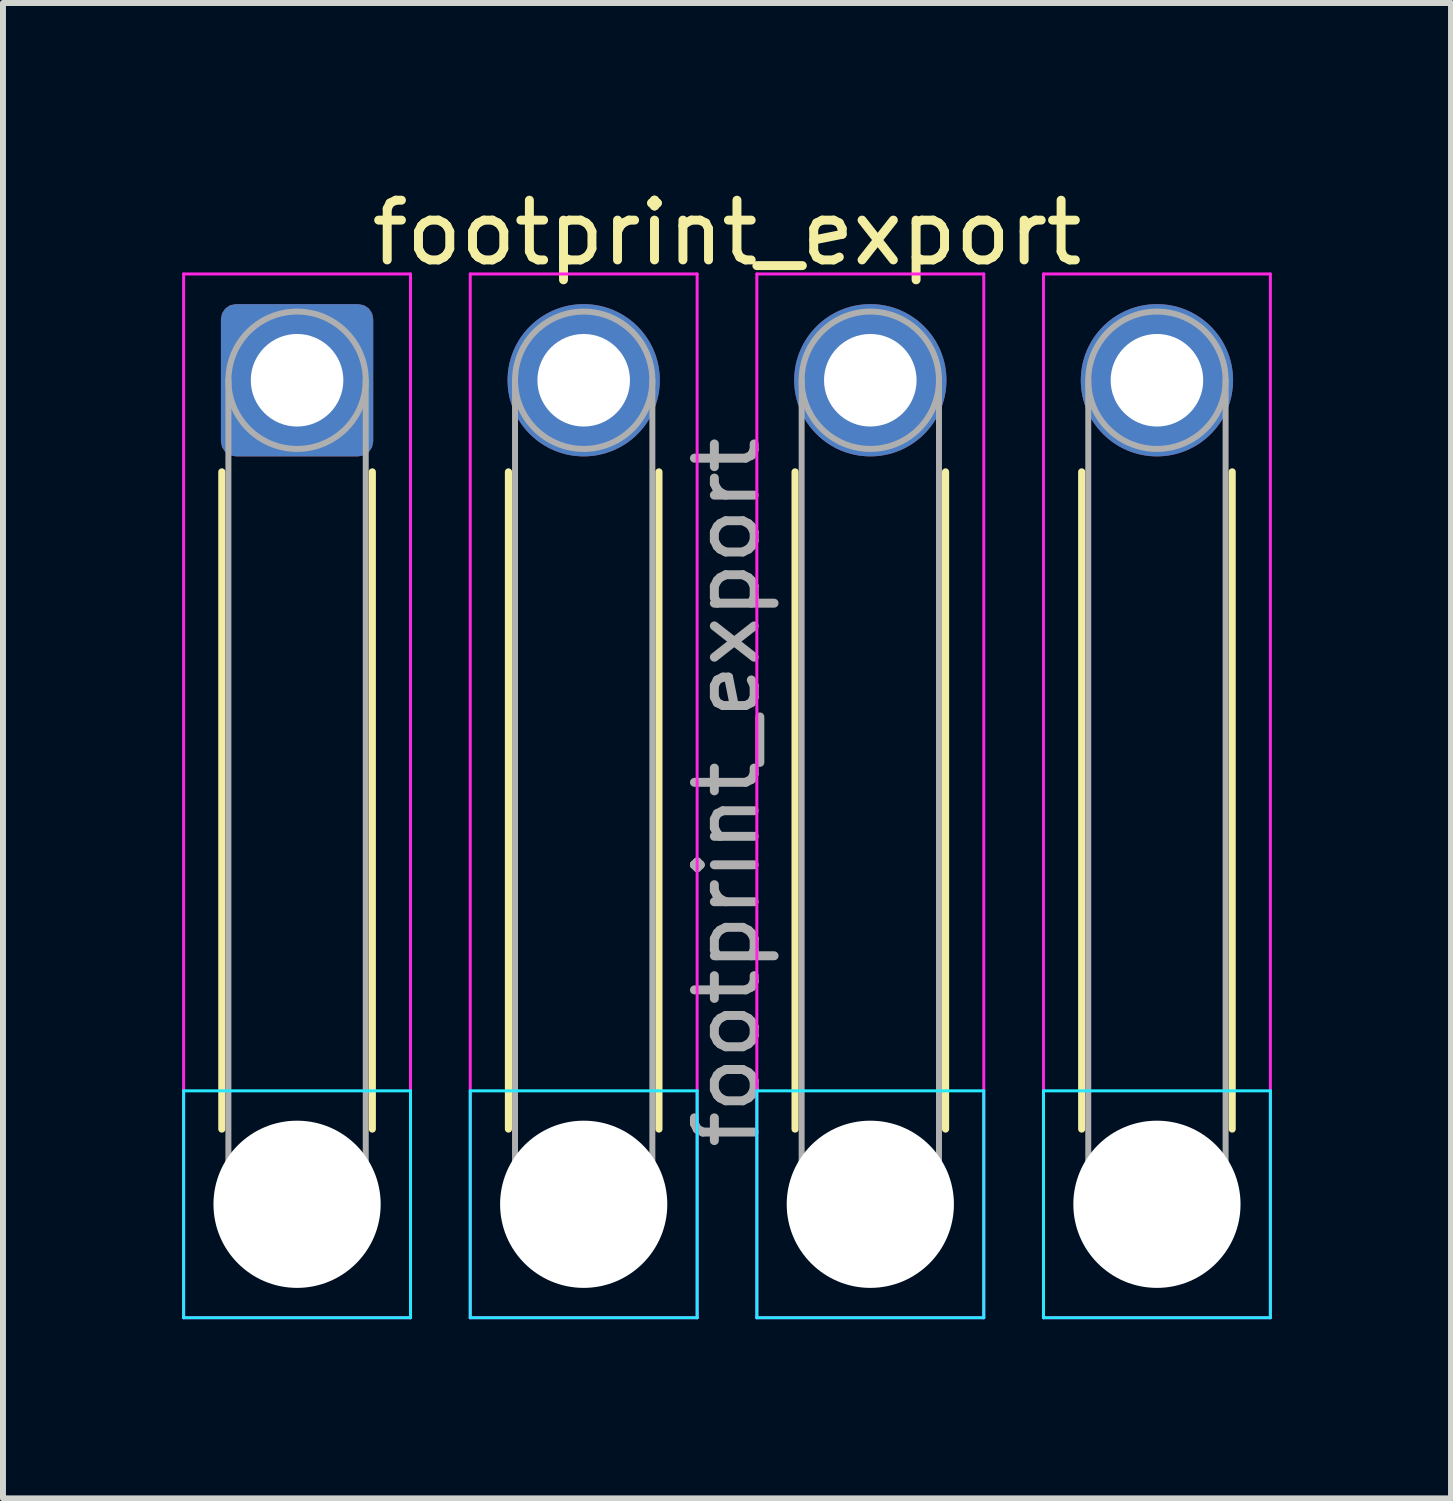
<source format=kicad_pcb>
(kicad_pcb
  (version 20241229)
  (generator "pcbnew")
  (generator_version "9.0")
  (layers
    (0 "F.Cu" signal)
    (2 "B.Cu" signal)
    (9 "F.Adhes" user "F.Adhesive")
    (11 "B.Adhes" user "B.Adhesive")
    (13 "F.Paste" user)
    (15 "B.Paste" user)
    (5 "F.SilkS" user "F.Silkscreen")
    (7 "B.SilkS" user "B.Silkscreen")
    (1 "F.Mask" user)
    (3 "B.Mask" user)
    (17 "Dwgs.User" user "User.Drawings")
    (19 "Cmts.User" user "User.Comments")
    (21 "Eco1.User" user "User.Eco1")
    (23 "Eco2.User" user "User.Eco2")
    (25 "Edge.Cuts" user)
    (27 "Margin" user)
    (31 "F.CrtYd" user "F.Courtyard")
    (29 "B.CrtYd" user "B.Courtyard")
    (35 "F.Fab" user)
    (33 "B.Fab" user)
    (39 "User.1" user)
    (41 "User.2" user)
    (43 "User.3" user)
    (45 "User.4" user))
  (footprint "footprint_export"
    (layer "F.Cu")
    (at 1.925 3.318)
    (property "Reference" "footprint_export" (at 7.2 -2.47 0) (layer "F.SilkS") (effects (font (size 1 1) (thickness 0.15))))
    (attr exclude_from_pos_files exclude_from_bom)
    (fp_line (start -1.26 1.535) (end -1.26 12.54) (stroke (width 0.12) (type solid)) (layer "F.SilkS"))
    (fp_line (start 1.26 1.535) (end 1.26 12.54) (stroke (width 0.12) (type solid)) (layer "F.SilkS"))
    (fp_line (start 3.54 1.535) (end 3.54 12.54) (stroke (width 0.12) (type solid)) (layer "F.SilkS"))
    (fp_line (start 6.06 1.535) (end 6.06 12.54) (stroke (width 0.12) (type solid)) (layer "F.SilkS"))
    (fp_line (start 8.34 1.535) (end 8.34 12.54) (stroke (width 0.12) (type solid)) (layer "F.SilkS"))
    (fp_line (start 10.86 1.535) (end 10.86 12.54) (stroke (width 0.12) (type solid)) (layer "F.SilkS"))
    (fp_line (start 13.14 1.535) (end 13.14 12.54) (stroke (width 0.12) (type solid)) (layer "F.SilkS"))
    (fp_line (start 15.66 1.535) (end 15.66 12.54) (stroke (width 0.12) (type solid)) (layer "F.SilkS"))
    (fp_line (start -1.9 11.9) (end -1.9 15.7) (stroke (width 0.05) (type solid)) (layer "B.CrtYd"))
    (fp_line (start -1.9 15.7) (end 1.9 15.7) (stroke (width 0.05) (type solid)) (layer "B.CrtYd"))
    (fp_line (start 1.9 11.9) (end -1.9 11.9) (stroke (width 0.05) (type solid)) (layer "B.CrtYd"))
    (fp_line (start 1.9 15.7) (end 1.9 11.9) (stroke (width 0.05) (type solid)) (layer "B.CrtYd"))
    (fp_line (start 2.9 11.9) (end 2.9 15.7) (stroke (width 0.05) (type solid)) (layer "B.CrtYd"))
    (fp_line (start 2.9 15.7) (end 6.7 15.7) (stroke (width 0.05) (type solid)) (layer "B.CrtYd"))
    (fp_line (start 6.7 11.9) (end 2.9 11.9) (stroke (width 0.05) (type solid)) (layer "B.CrtYd"))
    (fp_line (start 6.7 15.7) (end 6.7 11.9) (stroke (width 0.05) (type solid)) (layer "B.CrtYd"))
    (fp_line (start 7.7 11.9) (end 7.7 15.7) (stroke (width 0.05) (type solid)) (layer "B.CrtYd"))
    (fp_line (start 7.7 15.7) (end 11.5 15.7) (stroke (width 0.05) (type solid)) (layer "B.CrtYd"))
    (fp_line (start 11.5 11.9) (end 7.7 11.9) (stroke (width 0.05) (type solid)) (layer "B.CrtYd"))
    (fp_line (start 11.5 15.7) (end 11.5 11.9) (stroke (width 0.05) (type solid)) (layer "B.CrtYd"))
    (fp_line (start 12.5 11.9) (end 12.5 15.7) (stroke (width 0.05) (type solid)) (layer "B.CrtYd"))
    (fp_line (start 12.5 15.7) (end 16.3 15.7) (stroke (width 0.05) (type solid)) (layer "B.CrtYd"))
    (fp_line (start 16.3 11.9) (end 12.5 11.9) (stroke (width 0.05) (type solid)) (layer "B.CrtYd"))
    (fp_line (start 16.3 15.7) (end 16.3 11.9) (stroke (width 0.05) (type solid)) (layer "B.CrtYd"))
    (fp_line (start -1.9 -1.78) (end -1.9 15.7) (stroke (width 0.05) (type solid)) (layer "F.CrtYd"))
    (fp_line (start -1.9 15.7) (end 1.9 15.7) (stroke (width 0.05) (type solid)) (layer "F.CrtYd"))
    (fp_line (start 1.9 -1.78) (end -1.9 -1.78) (stroke (width 0.05) (type solid)) (layer "F.CrtYd"))
    (fp_line (start 1.9 15.7) (end 1.9 -1.78) (stroke (width 0.05) (type solid)) (layer "F.CrtYd"))
    (fp_line (start 2.9 -1.78) (end 2.9 15.7) (stroke (width 0.05) (type solid)) (layer "F.CrtYd"))
    (fp_line (start 2.9 15.7) (end 6.7 15.7) (stroke (width 0.05) (type solid)) (layer "F.CrtYd"))
    (fp_line (start 6.7 -1.78) (end 2.9 -1.78) (stroke (width 0.05) (type solid)) (layer "F.CrtYd"))
    (fp_line (start 6.7 15.7) (end 6.7 -1.78) (stroke (width 0.05) (type solid)) (layer "F.CrtYd"))
    (fp_line (start 7.7 -1.78) (end 7.7 15.7) (stroke (width 0.05) (type solid)) (layer "F.CrtYd"))
    (fp_line (start 7.7 15.7) (end 11.5 15.7) (stroke (width 0.05) (type solid)) (layer "F.CrtYd"))
    (fp_line (start 11.5 -1.78) (end 7.7 -1.78) (stroke (width 0.05) (type solid)) (layer "F.CrtYd"))
    (fp_line (start 11.5 15.7) (end 11.5 -1.78) (stroke (width 0.05) (type solid)) (layer "F.CrtYd"))
    (fp_line (start 12.5 -1.78) (end 12.5 15.7) (stroke (width 0.05) (type solid)) (layer "F.CrtYd"))
    (fp_line (start 12.5 15.7) (end 16.3 15.7) (stroke (width 0.05) (type solid)) (layer "F.CrtYd"))
    (fp_line (start 16.3 -1.78) (end 12.5 -1.78) (stroke (width 0.05) (type solid)) (layer "F.CrtYd"))
    (fp_line (start 16.3 15.7) (end 16.3 -1.78) (stroke (width 0.05) (type solid)) (layer "F.CrtYd"))
    (fp_line (start -1.15 0) (end -1.15 13.8) (stroke (width 0.1) (type solid)) (layer "F.Fab"))
    (fp_line (start 1.15 0) (end 1.15 13.8) (stroke (width 0.1) (type solid)) (layer "F.Fab"))
    (fp_line (start 3.65 0) (end 3.65 13.8) (stroke (width 0.1) (type solid)) (layer "F.Fab"))
    (fp_line (start 5.95 0) (end 5.95 13.8) (stroke (width 0.1) (type solid)) (layer "F.Fab"))
    (fp_line (start 8.45 0) (end 8.45 13.8) (stroke (width 0.1) (type solid)) (layer "F.Fab"))
    (fp_line (start 10.75 0) (end 10.75 13.8) (stroke (width 0.1) (type solid)) (layer "F.Fab"))
    (fp_line (start 13.25 0) (end 13.25 13.8) (stroke (width 0.1) (type solid)) (layer "F.Fab"))
    (fp_line (start 15.55 0) (end 15.55 13.8) (stroke (width 0.1) (type solid)) (layer "F.Fab"))
    (fp_circle (center 0 0) (end 1.15 0) (stroke (width 0.1) (type solid)) (fill no) (layer "F.Fab"))
    (fp_circle (center 0 13.8) (end 1.15 13.8) (stroke (width 0.1) (type solid)) (fill no) (layer "F.Fab"))
    (fp_circle (center 4.8 0) (end 5.95 0) (stroke (width 0.1) (type solid)) (fill no) (layer "F.Fab"))
    (fp_circle (center 4.8 13.8) (end 5.95 13.8) (stroke (width 0.1) (type solid)) (fill no) (layer "F.Fab"))
    (fp_circle (center 9.6 0) (end 10.75 0) (stroke (width 0.1) (type solid)) (fill no) (layer "F.Fab"))
    (fp_circle (center 9.6 13.8) (end 10.75 13.8) (stroke (width 0.1) (type solid)) (fill no) (layer "F.Fab"))
    (fp_circle (center 14.4 0) (end 15.55 0) (stroke (width 0.1) (type solid)) (fill no) (layer "F.Fab"))
    (fp_circle (center 14.4 13.8) (end 15.55 13.8) (stroke (width 0.1) (type solid)) (fill no) (layer "F.Fab"))
    (fp_text user "${REFERENCE}" (at 7.2 6.9 90) (layer "F.Fab") (effects (font (size 1 1) (thickness 0.15))))
    (pad "" np_thru_hole circle (at 0 13.8) (size 2.8 2.8) (drill 2.8) (layers "*.Cu" "*.Mask"))
    (pad "" np_thru_hole circle (at 4.8 13.8) (size 2.8 2.8) (drill 2.8) (layers "*.Cu" "*.Mask"))
    (pad "" np_thru_hole circle (at 9.6 13.8) (size 2.8 2.8) (drill 2.8) (layers "*.Cu" "*.Mask"))
    (pad "" np_thru_hole circle (at 14.4 13.8) (size 2.8 2.8) (drill 2.8) (layers "*.Cu" "*.Mask"))
    (pad "1" thru_hole roundrect (at 0 0) (size 2.55 2.55) (drill 1.55) (layers "*.Cu" "*.Mask") (roundrect_rratio 0.098))
    (pad "2" thru_hole circle (at 4.8 0) (size 2.55 2.55) (drill 1.55) (layers "*.Cu" "*.Mask"))
    (pad "3" thru_hole circle (at 9.6 0) (size 2.55 2.55) (drill 1.55) (layers "*.Cu" "*.Mask"))
    (pad "4" thru_hole circle (at 14.4 0) (size 2.55 2.55) (drill 1.55) (layers "*.Cu" "*.Mask")))
  (gr_rect
    (start -3 -3)
    (end 21.25 22.043)
    (stroke (width 0.1) (type default))
    (fill no)
    (layer "Edge.Cuts")))
</source>
